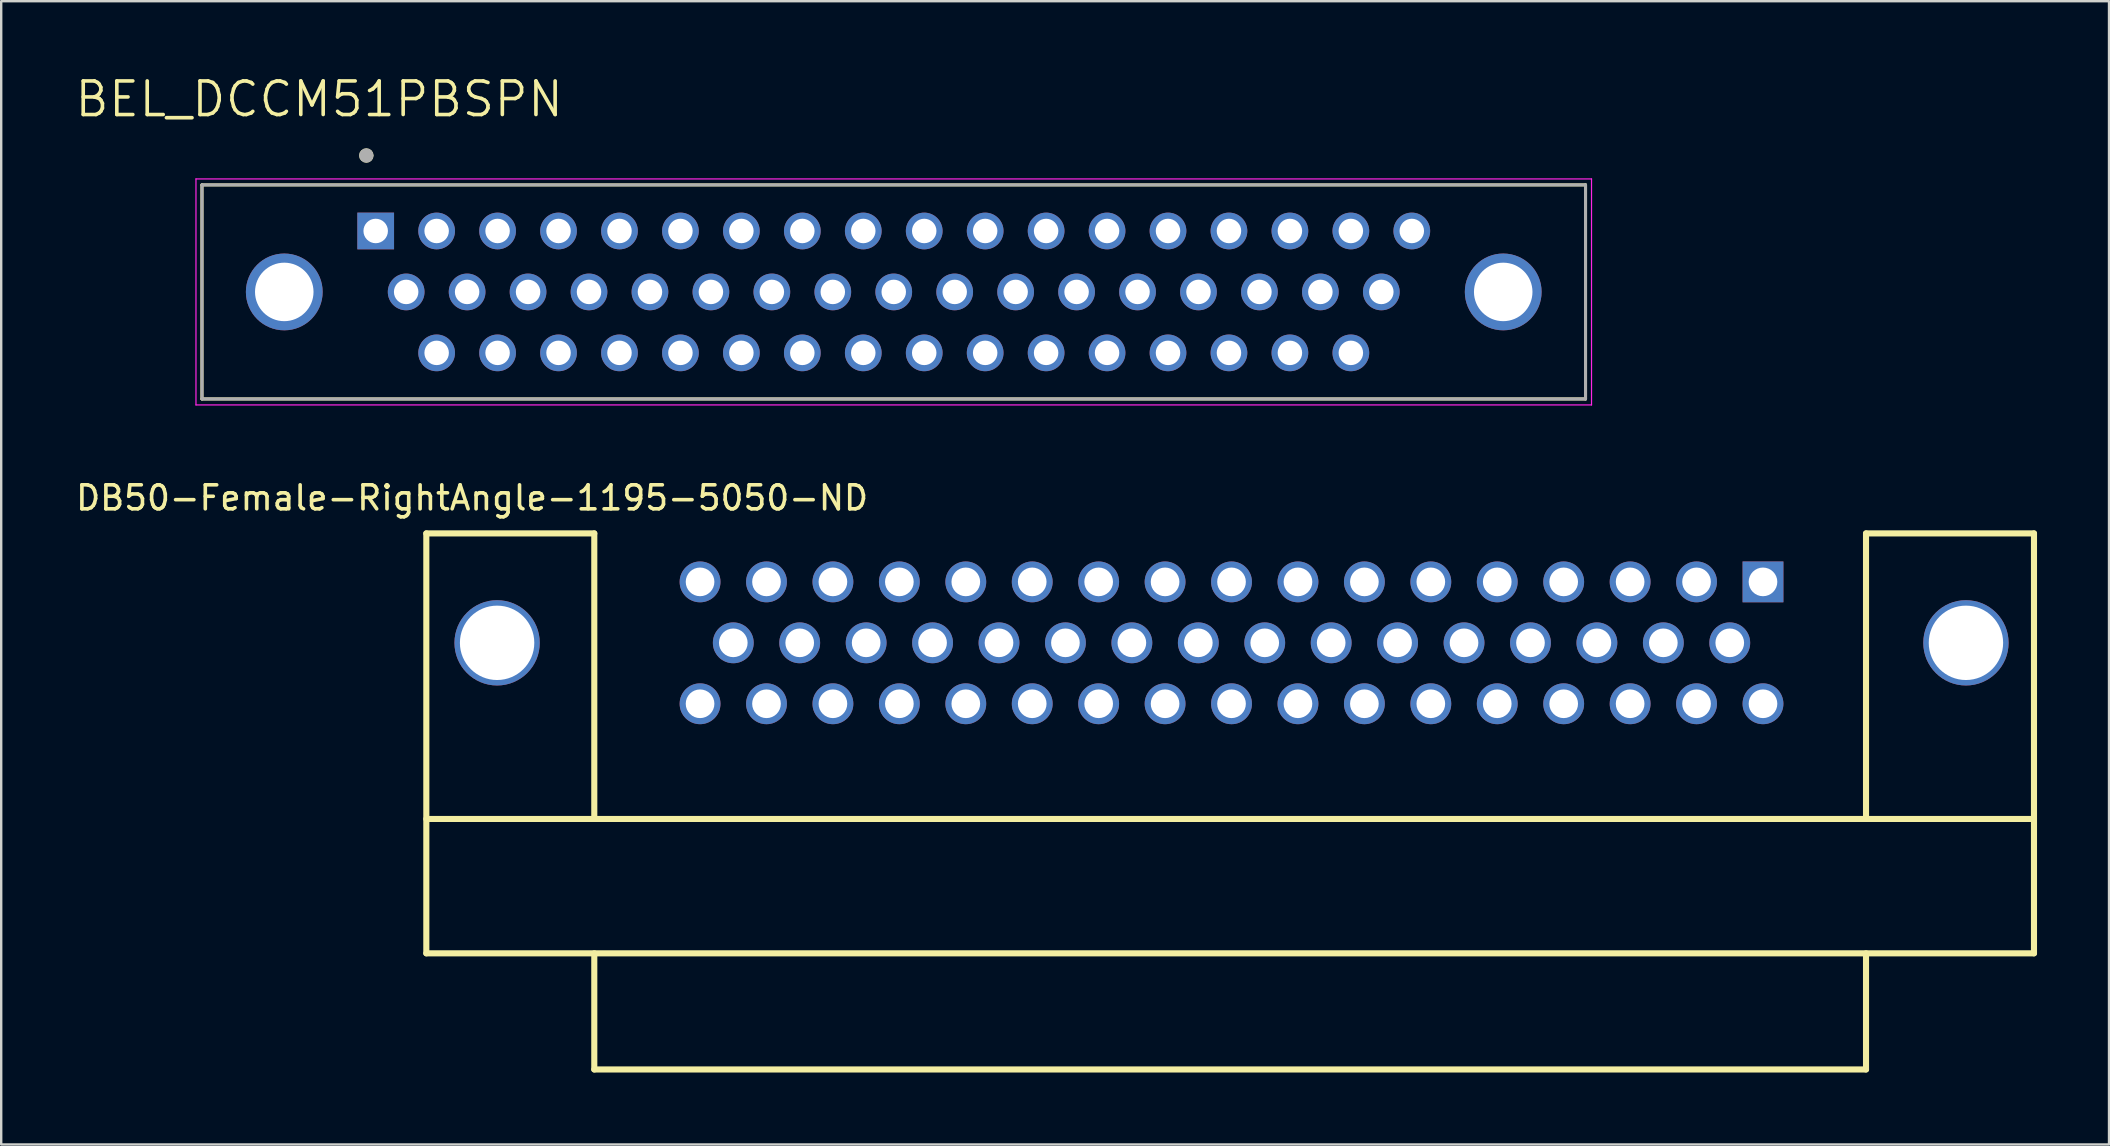
<source format=kicad_pcb>
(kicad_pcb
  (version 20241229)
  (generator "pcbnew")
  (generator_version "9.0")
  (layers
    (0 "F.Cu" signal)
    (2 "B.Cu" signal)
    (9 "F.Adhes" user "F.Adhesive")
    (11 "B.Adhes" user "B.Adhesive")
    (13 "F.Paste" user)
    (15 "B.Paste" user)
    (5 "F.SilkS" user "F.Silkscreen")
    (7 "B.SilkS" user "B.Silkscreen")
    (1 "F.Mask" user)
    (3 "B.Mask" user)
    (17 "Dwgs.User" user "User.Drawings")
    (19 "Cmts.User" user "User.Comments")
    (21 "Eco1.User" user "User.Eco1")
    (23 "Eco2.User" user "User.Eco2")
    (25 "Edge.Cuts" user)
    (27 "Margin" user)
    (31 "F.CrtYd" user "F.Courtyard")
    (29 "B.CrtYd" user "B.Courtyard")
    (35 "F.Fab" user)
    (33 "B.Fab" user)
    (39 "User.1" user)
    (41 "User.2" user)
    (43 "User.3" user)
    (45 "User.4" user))
  (footprint "BEL_DCCM51PBSPN"
    (layer "F.Cu")
    (at 34.197 9.116)
    (property "Reference" "BEL_DCCM51PBSPN" (at -23.945 -8.034 0) (layer "F.SilkS") (effects (font (size 1.4 1.4) (thickness 0.15))))
    (attr through_hole)
    (fp_line (start -28.83 -4.46) (end 28.83 -4.46) (stroke (width 0.127) (type solid)) (layer "F.SilkS"))
    (fp_line (start -28.83 4.46) (end -28.83 -4.46) (stroke (width 0.127) (type solid)) (layer "F.SilkS"))
    (fp_line (start -28.83 4.46) (end 28.83 4.46) (stroke (width 0.127) (type solid)) (layer "F.SilkS"))
    (fp_line (start 28.83 -4.46) (end 28.83 4.46) (stroke (width 0.127) (type solid)) (layer "F.SilkS"))
    (fp_circle (center -21.98 -5.685) (end -21.83 -5.685) (stroke (width 0.3) (type solid)) (fill no) (layer "F.SilkS"))
    (fp_line (start -29.08 -4.71) (end -29.08 4.71) (stroke (width 0.05) (type solid)) (layer "F.CrtYd"))
    (fp_line (start -29.08 4.71) (end 29.08 4.71) (stroke (width 0.05) (type solid)) (layer "F.CrtYd"))
    (fp_line (start 29.08 -4.71) (end -29.08 -4.71) (stroke (width 0.05) (type solid)) (layer "F.CrtYd"))
    (fp_line (start 29.08 4.71) (end 29.08 -4.71) (stroke (width 0.05) (type solid)) (layer "F.CrtYd"))
    (fp_line (start -28.83 -4.46) (end 28.83 -4.46) (stroke (width 0.127) (type solid)) (layer "F.Fab"))
    (fp_line (start -28.83 4.46) (end -28.83 -4.46) (stroke (width 0.127) (type solid)) (layer "F.Fab"))
    (fp_line (start -28.83 4.46) (end 28.83 4.46) (stroke (width 0.127) (type solid)) (layer "F.Fab"))
    (fp_line (start 28.83 -4.46) (end 28.83 4.46) (stroke (width 0.127) (type solid)) (layer "F.Fab"))
    (fp_circle (center -21.98 -5.685) (end -21.83 -5.685) (stroke (width 0.3) (type solid)) (fill no) (layer "F.Fab"))
    (pad "1" thru_hole rect (at -21.59 -2.54) (size 1.53 1.53) (drill 1.02) (layers "*.Cu" "*.Mask"))
    (pad "2" thru_hole circle (at -19.05 -2.54) (size 1.53 1.53) (drill 1.02) (layers "*.Cu" "*.Mask"))
    (pad "3" thru_hole circle (at -16.51 -2.54) (size 1.53 1.53) (drill 1.02) (layers "*.Cu" "*.Mask"))
    (pad "4" thru_hole circle (at -13.97 -2.54) (size 1.53 1.53) (drill 1.02) (layers "*.Cu" "*.Mask"))
    (pad "5" thru_hole circle (at -11.43 -2.54) (size 1.53 1.53) (drill 1.02) (layers "*.Cu" "*.Mask"))
    (pad "6" thru_hole circle (at -8.89 -2.54) (size 1.53 1.53) (drill 1.02) (layers "*.Cu" "*.Mask"))
    (pad "7" thru_hole circle (at -6.35 -2.54) (size 1.53 1.53) (drill 1.02) (layers "*.Cu" "*.Mask"))
    (pad "8" thru_hole circle (at -3.81 -2.54) (size 1.53 1.53) (drill 1.02) (layers "*.Cu" "*.Mask"))
    (pad "9" thru_hole circle (at -1.27 -2.54) (size 1.53 1.53) (drill 1.02) (layers "*.Cu" "*.Mask"))
    (pad "10" thru_hole circle (at 1.27 -2.54) (size 1.53 1.53) (drill 1.02) (layers "*.Cu" "*.Mask"))
    (pad "11" thru_hole circle (at 3.81 -2.54) (size 1.53 1.53) (drill 1.02) (layers "*.Cu" "*.Mask"))
    (pad "12" thru_hole circle (at 6.35 -2.54) (size 1.53 1.53) (drill 1.02) (layers "*.Cu" "*.Mask"))
    (pad "13" thru_hole circle (at 8.89 -2.54) (size 1.53 1.53) (drill 1.02) (layers "*.Cu" "*.Mask"))
    (pad "14" thru_hole circle (at 11.43 -2.54) (size 1.53 1.53) (drill 1.02) (layers "*.Cu" "*.Mask"))
    (pad "15" thru_hole circle (at 13.97 -2.54) (size 1.53 1.53) (drill 1.02) (layers "*.Cu" "*.Mask"))
    (pad "16" thru_hole circle (at 16.51 -2.54) (size 1.53 1.53) (drill 1.02) (layers "*.Cu" "*.Mask"))
    (pad "17" thru_hole circle (at 19.05 -2.54) (size 1.53 1.53) (drill 1.02) (layers "*.Cu" "*.Mask"))
    (pad "18" thru_hole circle (at 21.59 -2.54) (size 1.53 1.53) (drill 1.02) (layers "*.Cu" "*.Mask"))
    (pad "19" thru_hole circle (at -20.32 0) (size 1.53 1.53) (drill 1.02) (layers "*.Cu" "*.Mask"))
    (pad "20" thru_hole circle (at -17.78 0) (size 1.53 1.53) (drill 1.02) (layers "*.Cu" "*.Mask"))
    (pad "21" thru_hole circle (at -15.24 0) (size 1.53 1.53) (drill 1.02) (layers "*.Cu" "*.Mask"))
    (pad "22" thru_hole circle (at -12.7 0) (size 1.53 1.53) (drill 1.02) (layers "*.Cu" "*.Mask"))
    (pad "23" thru_hole circle (at -10.16 0) (size 1.53 1.53) (drill 1.02) (layers "*.Cu" "*.Mask"))
    (pad "24" thru_hole circle (at -7.62 0) (size 1.53 1.53) (drill 1.02) (layers "*.Cu" "*.Mask"))
    (pad "25" thru_hole circle (at -5.08 0) (size 1.53 1.53) (drill 1.02) (layers "*.Cu" "*.Mask"))
    (pad "26" thru_hole circle (at -2.54 0) (size 1.53 1.53) (drill 1.02) (layers "*.Cu" "*.Mask"))
    (pad "27" thru_hole circle (at 0 0) (size 1.53 1.53) (drill 1.02) (layers "*.Cu" "*.Mask"))
    (pad "28" thru_hole circle (at 2.54 0) (size 1.53 1.53) (drill 1.02) (layers "*.Cu" "*.Mask"))
    (pad "29" thru_hole circle (at 5.08 0) (size 1.53 1.53) (drill 1.02) (layers "*.Cu" "*.Mask"))
    (pad "30" thru_hole circle (at 7.62 0) (size 1.53 1.53) (drill 1.02) (layers "*.Cu" "*.Mask"))
    (pad "31" thru_hole circle (at 10.16 0) (size 1.53 1.53) (drill 1.02) (layers "*.Cu" "*.Mask"))
    (pad "32" thru_hole circle (at 12.7 0) (size 1.53 1.53) (drill 1.02) (layers "*.Cu" "*.Mask"))
    (pad "33" thru_hole circle (at 15.24 0) (size 1.53 1.53) (drill 1.02) (layers "*.Cu" "*.Mask"))
    (pad "34" thru_hole circle (at 17.78 0) (size 1.53 1.53) (drill 1.02) (layers "*.Cu" "*.Mask"))
    (pad "35" thru_hole circle (at 20.32 0) (size 1.53 1.53) (drill 1.02) (layers "*.Cu" "*.Mask"))
    (pad "36" thru_hole circle (at -19.05 2.54) (size 1.53 1.53) (drill 1.02) (layers "*.Cu" "*.Mask"))
    (pad "37" thru_hole circle (at -16.51 2.54) (size 1.53 1.53) (drill 1.02) (layers "*.Cu" "*.Mask"))
    (pad "38" thru_hole circle (at -13.97 2.54) (size 1.53 1.53) (drill 1.02) (layers "*.Cu" "*.Mask"))
    (pad "39" thru_hole circle (at -11.43 2.54) (size 1.53 1.53) (drill 1.02) (layers "*.Cu" "*.Mask"))
    (pad "40" thru_hole circle (at -8.89 2.54) (size 1.53 1.53) (drill 1.02) (layers "*.Cu" "*.Mask"))
    (pad "41" thru_hole circle (at -6.35 2.54) (size 1.53 1.53) (drill 1.02) (layers "*.Cu" "*.Mask"))
    (pad "42" thru_hole circle (at -3.81 2.54) (size 1.53 1.53) (drill 1.02) (layers "*.Cu" "*.Mask"))
    (pad "43" thru_hole circle (at -1.27 2.54) (size 1.53 1.53) (drill 1.02) (layers "*.Cu" "*.Mask"))
    (pad "44" thru_hole circle (at 1.27 2.54) (size 1.53 1.53) (drill 1.02) (layers "*.Cu" "*.Mask"))
    (pad "45" thru_hole circle (at 3.81 2.54) (size 1.53 1.53) (drill 1.02) (layers "*.Cu" "*.Mask"))
    (pad "46" thru_hole circle (at 6.35 2.54) (size 1.53 1.53) (drill 1.02) (layers "*.Cu" "*.Mask"))
    (pad "47" thru_hole circle (at 8.89 2.54) (size 1.53 1.53) (drill 1.02) (layers "*.Cu" "*.Mask"))
    (pad "48" thru_hole circle (at 11.43 2.54) (size 1.53 1.53) (drill 1.02) (layers "*.Cu" "*.Mask"))
    (pad "49" thru_hole circle (at 13.97 2.54) (size 1.53 1.53) (drill 1.02) (layers "*.Cu" "*.Mask"))
    (pad "50" thru_hole circle (at 16.51 2.54) (size 1.53 1.53) (drill 1.02) (layers "*.Cu" "*.Mask"))
    (pad "51" thru_hole circle (at 19.05 2.54) (size 1.53 1.53) (drill 1.02) (layers "*.Cu" "*.Mask"))
    (pad "52" thru_hole circle (at -25.4 0) (size 3.2 3.2) (drill 2.438) (layers "*.Cu" "*.Mask"))
    (pad "53" thru_hole circle (at 25.4 0) (size 3.2 3.2) (drill 2.438) (layers "*.Cu" "*.Mask")))
  (footprint "DB50-Female-RightAngle-1195-5050-ND"
    (layer "F.Cu")
    (at 26.125 21.2)
    (property "Reference" "DB50-Female-RightAngle-1195-5050-ND" (at -9.5 -3.5 0) (layer "F.SilkS") (effects (font (size 1 1) (thickness 0.15))))
    (attr through_hole)
    (fp_line (start -11.408 -2.02) (end -4.408 -2.02) (stroke (width 0.254) (type solid)) (layer "F.SilkS"))
    (fp_line (start -11.408 15.48) (end -11.408 -2.02) (stroke (width 0.254) (type solid)) (layer "F.SilkS"))
    (fp_line (start -11.408 15.48) (end 55.592 15.48) (stroke (width 0.254) (type solid)) (layer "F.SilkS"))
    (fp_line (start -4.408 -2.02) (end -4.408 9.88) (stroke (width 0.254) (type solid)) (layer "F.SilkS"))
    (fp_line (start -4.408 20.32) (end -4.408 15.48) (stroke (width 0.254) (type solid)) (layer "F.SilkS"))
    (fp_line (start -4.408 20.32) (end 48.592 20.32) (stroke (width 0.254) (type solid)) (layer "F.SilkS"))
    (fp_line (start 48.592 -2.02) (end 48.592 9.88) (stroke (width 0.254) (type solid)) (layer "F.SilkS"))
    (fp_line (start 48.592 20.32) (end 48.592 15.48) (stroke (width 0.254) (type solid)) (layer "F.SilkS"))
    (fp_line (start 55.592 -2.02) (end 48.592 -2.02) (stroke (width 0.254) (type solid)) (layer "F.SilkS"))
    (fp_line (start 55.592 9.88) (end -11.408 9.88) (stroke (width 0.254) (type solid)) (layer "F.SilkS"))
    (fp_line (start 55.592 15.48) (end 55.592 -2.02) (stroke (width 0.254) (type solid)) (layer "F.SilkS"))
    (pad "1" thru_hole rect (at 44.298 0.0002) (size 1.702 1.702) (drill 1.194) (layers "*.Cu" "*.Mask"))
    (pad "2" thru_hole circle (at 41.529 0.0002) (size 1.702 1.702) (drill 1.194) (layers "*.Cu" "*.Mask"))
    (pad "3" thru_hole circle (at 38.761 0.0002) (size 1.702 1.702) (drill 1.194) (layers "*.Cu" "*.Mask"))
    (pad "4" thru_hole circle (at 35.992 0.0002) (size 1.702 1.702) (drill 1.194) (layers "*.Cu" "*.Mask"))
    (pad "5" thru_hole circle (at 33.223 0.0002) (size 1.702 1.702) (drill 1.194) (layers "*.Cu" "*.Mask"))
    (pad "6" thru_hole circle (at 30.455 0.0002) (size 1.702 1.702) (drill 1.194) (layers "*.Cu" "*.Mask"))
    (pad "7" thru_hole circle (at 27.686 0.0002) (size 1.702 1.702) (drill 1.194) (layers "*.Cu" "*.Mask"))
    (pad "8" thru_hole circle (at 24.918 0.0002) (size 1.702 1.702) (drill 1.194) (layers "*.Cu" "*.Mask"))
    (pad "9" thru_hole circle (at 22.149 0.0002) (size 1.702 1.702) (drill 1.194) (layers "*.Cu" "*.Mask"))
    (pad "10" thru_hole circle (at 19.38 0.0002) (size 1.702 1.702) (drill 1.194) (layers "*.Cu" "*.Mask"))
    (pad "11" thru_hole circle (at 16.612 0.0002) (size 1.702 1.702) (drill 1.194) (layers "*.Cu" "*.Mask"))
    (pad "12" thru_hole circle (at 13.843 0.0002) (size 1.702 1.702) (drill 1.194) (layers "*.Cu" "*.Mask"))
    (pad "13" thru_hole circle (at 11.075 0.0002) (size 1.702 1.702) (drill 1.194) (layers "*.Cu" "*.Mask"))
    (pad "14" thru_hole circle (at 8.306 0.0002) (size 1.702 1.702) (drill 1.194) (layers "*.Cu" "*.Mask"))
    (pad "15" thru_hole circle (at 5.537 0.0002) (size 1.702 1.702) (drill 1.194) (layers "*.Cu" "*.Mask"))
    (pad "16" thru_hole circle (at 2.769 0.0002) (size 1.702 1.702) (drill 1.194) (layers "*.Cu" "*.Mask"))
    (pad "17" thru_hole circle (at 0.0002 0.0002) (size 1.702 1.702) (drill 1.194) (layers "*.Cu" "*.Mask"))
    (pad "18" thru_hole circle (at 42.913 2.54) (size 1.702 1.702) (drill 1.194) (layers "*.Cu" "*.Mask"))
    (pad "19" thru_hole circle (at 40.145 2.54) (size 1.702 1.702) (drill 1.194) (layers "*.Cu" "*.Mask"))
    (pad "20" thru_hole circle (at 37.376 2.54) (size 1.702 1.702) (drill 1.194) (layers "*.Cu" "*.Mask"))
    (pad "21" thru_hole circle (at 34.608 2.54) (size 1.702 1.702) (drill 1.194) (layers "*.Cu" "*.Mask"))
    (pad "22" thru_hole circle (at 31.839 2.54) (size 1.702 1.702) (drill 1.194) (layers "*.Cu" "*.Mask"))
    (pad "23" thru_hole circle (at 29.07 2.54) (size 1.702 1.702) (drill 1.194) (layers "*.Cu" "*.Mask"))
    (pad "24" thru_hole circle (at 26.302 2.54) (size 1.702 1.702) (drill 1.194) (layers "*.Cu" "*.Mask"))
    (pad "25" thru_hole circle (at 23.533 2.54) (size 1.702 1.702) (drill 1.194) (layers "*.Cu" "*.Mask"))
    (pad "26" thru_hole circle (at 20.765 2.54) (size 1.702 1.702) (drill 1.194) (layers "*.Cu" "*.Mask"))
    (pad "27" thru_hole circle (at 17.996 2.54) (size 1.702 1.702) (drill 1.194) (layers "*.Cu" "*.Mask"))
    (pad "28" thru_hole circle (at 15.227 2.54) (size 1.702 1.702) (drill 1.194) (layers "*.Cu" "*.Mask"))
    (pad "29" thru_hole circle (at 12.459 2.54) (size 1.702 1.702) (drill 1.194) (layers "*.Cu" "*.Mask"))
    (pad "30" thru_hole circle (at 9.69 2.54) (size 1.702 1.702) (drill 1.194) (layers "*.Cu" "*.Mask"))
    (pad "31" thru_hole circle (at 6.922 2.54) (size 1.702 1.702) (drill 1.194) (layers "*.Cu" "*.Mask"))
    (pad "32" thru_hole circle (at 4.153 2.54) (size 1.702 1.702) (drill 1.194) (layers "*.Cu" "*.Mask"))
    (pad "33" thru_hole circle (at 1.385 2.54) (size 1.702 1.702) (drill 1.194) (layers "*.Cu" "*.Mask"))
    (pad "34" thru_hole circle (at 44.298 5.08) (size 1.702 1.702) (drill 1.194) (layers "*.Cu" "*.Mask"))
    (pad "35" thru_hole circle (at 41.529 5.08) (size 1.702 1.702) (drill 1.194) (layers "*.Cu" "*.Mask"))
    (pad "36" thru_hole circle (at 38.761 5.08) (size 1.702 1.702) (drill 1.194) (layers "*.Cu" "*.Mask"))
    (pad "37" thru_hole circle (at 35.992 5.08) (size 1.702 1.702) (drill 1.194) (layers "*.Cu" "*.Mask"))
    (pad "38" thru_hole circle (at 33.223 5.08) (size 1.702 1.702) (drill 1.194) (layers "*.Cu" "*.Mask"))
    (pad "39" thru_hole circle (at 30.455 5.08) (size 1.702 1.702) (drill 1.194) (layers "*.Cu" "*.Mask"))
    (pad "40" thru_hole circle (at 27.686 5.08) (size 1.702 1.702) (drill 1.194) (layers "*.Cu" "*.Mask"))
    (pad "41" thru_hole circle (at 24.918 5.08) (size 1.702 1.702) (drill 1.194) (layers "*.Cu" "*.Mask"))
    (pad "42" thru_hole circle (at 22.149 5.08) (size 1.702 1.702) (drill 1.194) (layers "*.Cu" "*.Mask"))
    (pad "43" thru_hole circle (at 19.38 5.08) (size 1.702 1.702) (drill 1.194) (layers "*.Cu" "*.Mask"))
    (pad "44" thru_hole circle (at 16.612 5.08) (size 1.702 1.702) (drill 1.194) (layers "*.Cu" "*.Mask"))
    (pad "45" thru_hole circle (at 13.843 5.08) (size 1.702 1.702) (drill 1.194) (layers "*.Cu" "*.Mask"))
    (pad "46" thru_hole circle (at 11.075 5.08) (size 1.702 1.702) (drill 1.194) (layers "*.Cu" "*.Mask"))
    (pad "47" thru_hole circle (at 8.306 5.08) (size 1.702 1.702) (drill 1.194) (layers "*.Cu" "*.Mask"))
    (pad "48" thru_hole circle (at 5.537 5.08) (size 1.702 1.702) (drill 1.194) (layers "*.Cu" "*.Mask"))
    (pad "49" thru_hole circle (at 2.769 5.08) (size 1.702 1.702) (drill 1.194) (layers "*.Cu" "*.Mask"))
    (pad "50" thru_hole circle (at 0.0002 5.08) (size 1.702 1.702) (drill 1.194) (layers "*.Cu" "*.Mask"))
    (pad "51" thru_hole circle (at 52.756 2.54) (size 3.556 3.556) (drill 3.1) (layers "*.Cu" "*.Mask"))
    (pad "52" thru_hole circle (at -8.458 2.54) (size 3.556 3.556) (drill 3.1) (layers "*.Cu" "*.Mask")))
  (gr_rect
    (start -3 -3)
    (end 84.844 44.647)
    (stroke (width 0.1) (type default))
    (fill no)
    (layer "Edge.Cuts")))
</source>
